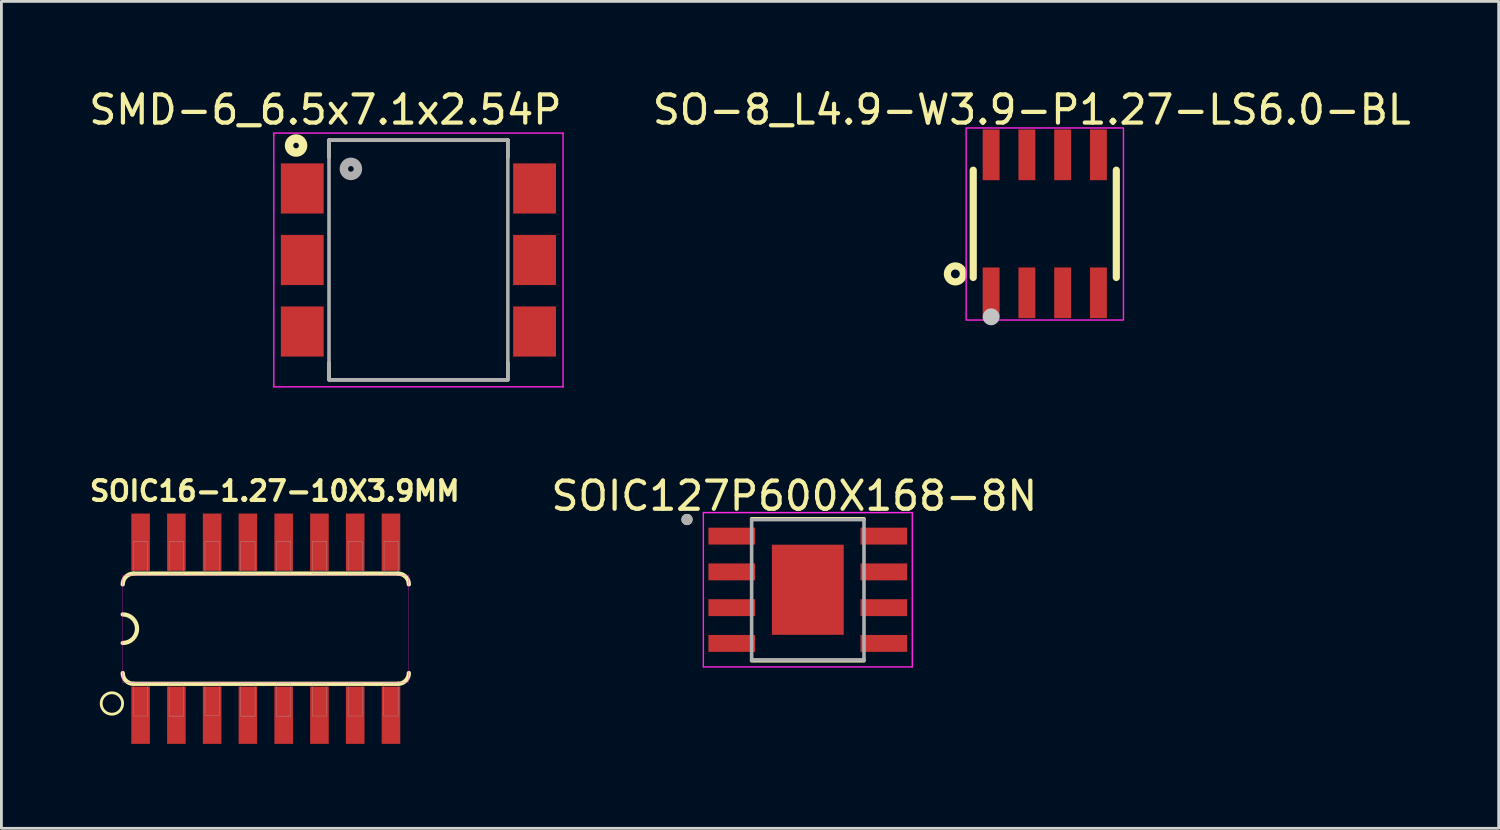
<source format=kicad_pcb>
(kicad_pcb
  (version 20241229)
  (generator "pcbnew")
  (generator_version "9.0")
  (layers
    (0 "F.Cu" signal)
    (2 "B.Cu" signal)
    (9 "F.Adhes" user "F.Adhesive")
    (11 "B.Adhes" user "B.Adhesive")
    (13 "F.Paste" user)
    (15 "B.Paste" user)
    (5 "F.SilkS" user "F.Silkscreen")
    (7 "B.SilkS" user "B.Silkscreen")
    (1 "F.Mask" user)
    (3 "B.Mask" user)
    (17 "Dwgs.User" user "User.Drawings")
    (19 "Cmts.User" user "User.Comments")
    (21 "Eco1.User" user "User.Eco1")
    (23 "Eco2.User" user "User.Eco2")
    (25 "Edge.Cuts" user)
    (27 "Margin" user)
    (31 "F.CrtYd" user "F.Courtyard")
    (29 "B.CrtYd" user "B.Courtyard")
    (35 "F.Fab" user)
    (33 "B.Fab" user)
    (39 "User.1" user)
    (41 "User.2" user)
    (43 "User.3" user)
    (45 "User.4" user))
  (footprint "SO-8_L4.9-W3.9-P1.27-LS6.0-BL"
    (layer "F.Cu")
    (at 34.049 4.898)
    (property "Reference" "SO-8_L4.9-W3.9-P1.27-LS6.0-BL" (at -0.46 -4.05 0) (layer "F.SilkS") (effects (font (size 1 1) (thickness 0.15))))
    (fp_line (start -2.54 -1.905) (end -2.54 1.905) (stroke (width 0.254) (type default)) (layer "F.SilkS"))
    (fp_line (start 2.54 -1.905) (end 2.54 1.905) (stroke (width 0.254) (type default)) (layer "F.SilkS"))
    (fp_circle (center -3.175 1.778) (end -2.891 1.778) (stroke (width 0.254) (type default)) (fill no) (layer "F.SilkS"))
    (fp_circle (center -1.905 3.302) (end -1.755 3.302) (stroke (width 0.3) (type default)) (fill no) (layer "Dwgs.User"))
    (fp_rect (start -2.792 -3.405) (end 2.794 3.417) (stroke (width 0.05) (type default)) (fill no) (layer "F.CrtYd"))
    (fp_poly (pts (xy -2.114 -2.162) (xy -2.114 -3) (xy -1.696 -3) (xy -1.696 -2.162)) (stroke (width 0.1) (type default)) (fill no) (layer "User.1"))
    (fp_poly (pts (xy -2.114 -1.94) (xy -2.114 -2.172) (xy -1.696 -2.172) (xy -1.696 -1.94)) (stroke (width 0.1) (type default)) (fill no) (layer "User.1"))
    (fp_poly (pts (xy -2.114 2.172) (xy -2.114 1.94) (xy -1.696 1.94) (xy -1.696 2.172)) (stroke (width 0.1) (type default)) (fill no) (layer "User.1"))
    (fp_poly (pts (xy -2.114 3) (xy -2.114 2.162) (xy -1.696 2.162) (xy -1.696 3)) (stroke (width 0.1) (type default)) (fill no) (layer "User.1"))
    (fp_poly (pts (xy -0.844 -2.162) (xy -0.844 -3) (xy -0.426 -3) (xy -0.426 -2.162)) (stroke (width 0.1) (type default)) (fill no) (layer "User.1"))
    (fp_poly (pts (xy -0.844 -1.94) (xy -0.844 -2.172) (xy -0.426 -2.172) (xy -0.426 -1.94)) (stroke (width 0.1) (type default)) (fill no) (layer "User.1"))
    (fp_poly (pts (xy -0.844 2.172) (xy -0.844 1.94) (xy -0.426 1.94) (xy -0.426 2.172)) (stroke (width 0.1) (type default)) (fill no) (layer "User.1"))
    (fp_poly (pts (xy -0.844 3) (xy -0.844 2.162) (xy -0.426 2.162) (xy -0.426 3)) (stroke (width 0.1) (type default)) (fill no) (layer "User.1"))
    (fp_poly (pts (xy 0.426 -2.162) (xy 0.426 -3) (xy 0.844 -3) (xy 0.844 -2.162)) (stroke (width 0.1) (type default)) (fill no) (layer "User.1"))
    (fp_poly (pts (xy 0.426 -1.94) (xy 0.426 -2.172) (xy 0.844 -2.172) (xy 0.844 -1.94)) (stroke (width 0.1) (type default)) (fill no) (layer "User.1"))
    (fp_poly (pts (xy 0.426 2.172) (xy 0.426 1.94) (xy 0.844 1.94) (xy 0.844 2.172)) (stroke (width 0.1) (type default)) (fill no) (layer "User.1"))
    (fp_poly (pts (xy 0.426 3) (xy 0.426 2.162) (xy 0.844 2.162) (xy 0.844 3)) (stroke (width 0.1) (type default)) (fill no) (layer "User.1"))
    (fp_poly (pts (xy 1.696 -2.162) (xy 1.696 -3) (xy 2.114 -3) (xy 2.114 -2.162)) (stroke (width 0.1) (type default)) (fill no) (layer "User.1"))
    (fp_poly (pts (xy 1.696 -1.94) (xy 1.696 -2.172) (xy 2.114 -2.172) (xy 2.114 -1.94)) (stroke (width 0.1) (type default)) (fill no) (layer "User.1"))
    (fp_poly (pts (xy 1.696 2.172) (xy 1.696 1.94) (xy 2.114 1.94) (xy 2.114 2.172)) (stroke (width 0.1) (type default)) (fill no) (layer "User.1"))
    (fp_poly (pts (xy 1.696 3) (xy 1.696 2.162) (xy 2.114 2.162) (xy 2.114 3)) (stroke (width 0.1) (type default)) (fill no) (layer "User.1"))
    (fp_line (start -2.45 -1.95) (end 2.45 -1.95) (stroke (width 0.051) (type default)) (layer "User.2"))
    (fp_line (start -2.45 1.95) (end -2.45 -1.95) (stroke (width 0.051) (type default)) (layer "User.2"))
    (fp_line (start 2.45 -1.95) (end 2.45 1.95) (stroke (width 0.051) (type default)) (layer "User.2"))
    (fp_line (start 2.45 1.95) (end -2.45 1.95) (stroke (width 0.051) (type default)) (layer "User.2"))
    (fp_poly (pts (xy -2.395 2.977) (xy -2.427 2.945) (xy -2.473 2.945) (xy -2.505 2.977) (xy -2.505 3.023) (xy -2.473 3.055) (xy -2.427 3.055) (xy -2.395 3.023)) (stroke (width 0.1) (type default)) (fill no) (layer "User.3"))
    (pad "1" smd rect (at -1.905 2.45) (size 0.6 1.8) (layers "F.Cu" "F.Mask" "F.Paste"))
    (pad "2" smd rect (at -0.635 2.45) (size 0.6 1.8) (layers "F.Cu" "F.Mask" "F.Paste"))
    (pad "3" smd rect (at 0.635 2.45) (size 0.6 1.8) (layers "F.Cu" "F.Mask" "F.Paste"))
    (pad "4" smd rect (at 1.905 2.45) (size 0.6 1.8) (layers "F.Cu" "F.Mask" "F.Paste"))
    (pad "5" smd rect (at 1.905 -2.45 180) (size 0.6 1.8) (layers "F.Cu" "F.Mask" "F.Paste"))
    (pad "6" smd rect (at 0.635 -2.45 180) (size 0.6 1.8) (layers "F.Cu" "F.Mask" "F.Paste"))
    (pad "7" smd rect (at -0.635 -2.45 180) (size 0.6 1.8) (layers "F.Cu" "F.Mask" "F.Paste"))
    (pad "8" smd rect (at -1.905 -2.45 180) (size 0.6 1.8) (layers "F.Cu" "F.Mask" "F.Paste")))
  (footprint "SOIC16-1.27-10X3.9MM"
    (layer "F.Cu")
    (at 6.388 19.275)
    (property "Reference" "SOIC16-1.27-10X3.9MM" (at 0.318 -4.89 0) (layer "F.SilkS") (effects (font (size 0.7 0.7) (thickness 0.15))))
    (attr through_hole)
    (fp_line (start -4.699 1.956) (end 4.699 1.956) (stroke (width 0.152) (type solid)) (layer "F.SilkS"))
    (fp_line (start 4.699 -1.956) (end -4.699 -1.956) (stroke (width 0.152) (type solid)) (layer "F.SilkS"))
    (fp_arc (start -5.08 -1.5748) (mid -4.968408 -1.844208) (end -4.699 -1.9558) (stroke (width 0.1524) (type solid)) (layer "F.SilkS"))
    (fp_arc (start -5.08 -0.508) (mid -4.572 0) (end -5.08 0.508) (stroke (width 0.1524) (type solid)) (layer "F.SilkS"))
    (fp_arc (start -4.699 1.9558) (mid -4.968408 1.844208) (end -5.08 1.5748) (stroke (width 0.1524) (type solid)) (layer "F.SilkS"))
    (fp_arc (start 4.699 -1.9558) (mid 4.968408 -1.844208) (end 5.08 -1.5748) (stroke (width 0.1524) (type solid)) (layer "F.SilkS"))
    (fp_arc (start 5.08 1.5748) (mid 4.968408 1.844208) (end 4.699 1.9558) (stroke (width 0.1524) (type solid)) (layer "F.SilkS"))
    (fp_circle (center -5.465 2.655) (end -5.084 2.655) (stroke (width 0.1) (type solid)) (fill no) (layer "F.SilkS"))
    (fp_poly (pts (xy -5.088 -1.905) (xy 5.08 -1.905) (xy 5.08 1.908) (xy -5.088 1.908)) (stroke (width 0.01) (type solid)) (fill no) (layer "F.CrtYd"))
    (fp_poly (pts (xy -4.706 -3.099) (xy -4.191 -3.099) (xy -4.191 -1.959) (xy -4.706 -1.959)) (stroke (width 0.01) (type solid)) (fill no) (layer "F.Fab"))
    (fp_poly (pts (xy -4.7 1.956) (xy -4.191 1.956) (xy -4.191 3.099) (xy -4.7 3.099)) (stroke (width 0.01) (type solid)) (fill no) (layer "F.Fab"))
    (fp_poly (pts (xy -3.434 -3.099) (xy -2.921 -3.099) (xy -2.921 -1.959) (xy -3.434 -1.959)) (stroke (width 0.01) (type solid)) (fill no) (layer "F.Fab"))
    (fp_poly (pts (xy -3.434 1.956) (xy -2.921 1.956) (xy -2.921 3.103) (xy -3.434 3.103)) (stroke (width 0.01) (type solid)) (fill no) (layer "F.Fab"))
    (fp_poly (pts (xy -2.16 1.93) (xy -1.651 1.93) (xy -1.651 3.075) (xy -2.16 3.075)) (stroke (width 0.01) (type solid)) (fill no) (layer "F.Fab"))
    (fp_poly (pts (xy -2.16 -3.099) (xy -1.651 -3.099) (xy -1.651 -1.957) (xy -2.16 -1.957)) (stroke (width 0.01) (type solid)) (fill no) (layer "F.Fab"))
    (fp_poly (pts (xy -0.89 -3.099) (xy -0.381 -3.099) (xy -0.381 -1.959) (xy -0.89 -1.959)) (stroke (width 0.01) (type solid)) (fill no) (layer "F.Fab"))
    (fp_poly (pts (xy -0.89 1.956) (xy -0.381 1.956) (xy -0.381 3.103) (xy -0.89 3.103)) (stroke (width 0.01) (type solid)) (fill no) (layer "F.Fab"))
    (fp_poly (pts (xy 0.381 -3.099) (xy 0.889 -3.099) (xy 0.889 -1.957) (xy 0.381 -1.957)) (stroke (width 0.01) (type solid)) (fill no) (layer "F.Fab"))
    (fp_poly (pts (xy 0.381 1.956) (xy 0.889 1.956) (xy 0.889 3.103) (xy 0.381 3.103)) (stroke (width 0.01) (type solid)) (fill no) (layer "F.Fab"))
    (fp_poly (pts (xy 1.651 1.956) (xy 2.159 1.956) (xy 2.159 3.1) (xy 1.651 3.1)) (stroke (width 0.01) (type solid)) (fill no) (layer "F.Fab"))
    (fp_poly (pts (xy 1.653 -3.099) (xy 2.159 -3.099) (xy 2.159 -1.958) (xy 1.653 -1.958)) (stroke (width 0.01) (type solid)) (fill no) (layer "F.Fab"))
    (fp_poly (pts (xy 2.922 1.956) (xy 3.429 1.956) (xy 3.429 3.099) (xy 2.922 3.099)) (stroke (width 0.01) (type solid)) (fill no) (layer "F.Fab"))
    (fp_poly (pts (xy 2.922 -3.099) (xy 3.429 -3.099) (xy 3.429 -1.957) (xy 2.922 -1.957)) (stroke (width 0.01) (type solid)) (fill no) (layer "F.Fab"))
    (fp_poly (pts (xy 4.192 1.956) (xy 4.699 1.956) (xy 4.699 3.1) (xy 4.192 3.1)) (stroke (width 0.01) (type solid)) (fill no) (layer "F.Fab"))
    (fp_poly (pts (xy 4.199 -3.099) (xy 4.699 -3.099) (xy 4.699 -1.96) (xy 4.199 -1.96)) (stroke (width 0.01) (type solid)) (fill no) (layer "F.Fab"))
    (pad "1" smd rect (at -4.445 3.073) (size 0.66 2.032) (layers "F.Cu" "F.Mask" "F.Paste"))
    (pad "2" smd rect (at -3.175 3.073) (size 0.66 2.032) (layers "F.Cu" "F.Mask" "F.Paste"))
    (pad "3" smd rect (at -1.905 3.073) (size 0.66 2.032) (layers "F.Cu" "F.Mask" "F.Paste"))
    (pad "4" smd rect (at -0.635 3.073) (size 0.66 2.032) (layers "F.Cu" "F.Mask" "F.Paste"))
    (pad "5" smd rect (at 0.635 3.073) (size 0.66 2.032) (layers "F.Cu" "F.Mask" "F.Paste"))
    (pad "6" smd rect (at 1.905 3.073) (size 0.66 2.032) (layers "F.Cu" "F.Mask" "F.Paste"))
    (pad "7" smd rect (at 3.175 3.073) (size 0.66 2.032) (layers "F.Cu" "F.Mask" "F.Paste"))
    (pad "8" smd rect (at 4.445 3.073) (size 0.66 2.032) (layers "F.Cu" "F.Mask" "F.Paste"))
    (pad "9" smd rect (at 4.445 -3.073) (size 0.66 2.032) (layers "F.Cu" "F.Mask" "F.Paste"))
    (pad "10" smd rect (at 3.175 -3.073) (size 0.66 2.032) (layers "F.Cu" "F.Mask" "F.Paste"))
    (pad "11" smd rect (at 1.905 -3.073) (size 0.66 2.032) (layers "F.Cu" "F.Mask" "F.Paste"))
    (pad "12" smd rect (at 0.635 -3.073) (size 0.66 2.032) (layers "F.Cu" "F.Mask" "F.Paste"))
    (pad "13" smd rect (at -0.635 -3.073) (size 0.66 2.032) (layers "F.Cu" "F.Mask" "F.Paste"))
    (pad "14" smd rect (at -1.905 -3.073) (size 0.66 2.032) (layers "F.Cu" "F.Mask" "F.Paste"))
    (pad "15" smd rect (at -3.175 -3.073) (size 0.66 2.032) (layers "F.Cu" "F.Mask" "F.Paste"))
    (pad "16" smd rect (at -4.445 -3.073) (size 0.66 2.032) (layers "F.Cu" "F.Mask" "F.Paste")))
  (footprint "SMD-6_6.5x7.1x2.54P"
    (layer "F.Cu")
    (at 11.808 6.182)
    (property "Reference" "SMD-6_6.5x7.1x2.54P" (at -3.302 -5.334 0) (layer "F.SilkS") (effects (font (size 1 1) (thickness 0.15))))
    (attr smd)
    (fp_line (start -3.175 -4.255) (end -3.175 -3.65) (stroke (width 0.127) (type solid)) (layer "F.SilkS"))
    (fp_line (start -3.175 4.25) (end -3.175 3.65) (stroke (width 0.127) (type solid)) (layer "F.SilkS"))
    (fp_line (start -3.15 4.255) (end 3.15 4.255) (stroke (width 0.127) (type solid)) (layer "F.SilkS"))
    (fp_line (start 3.175 -4.255) (end -3.175 -4.255) (stroke (width 0.127) (type solid)) (layer "F.SilkS"))
    (fp_line (start 3.175 -3.65) (end 3.175 -4.255) (stroke (width 0.127) (type solid)) (layer "F.SilkS"))
    (fp_line (start 3.175 4.25) (end 3.175 3.65) (stroke (width 0.127) (type solid)) (layer "F.SilkS"))
    (fp_circle (center -4.345 -4.064) (end -4.245 -4.064) (stroke (width 0.3) (type solid)) (fill no) (layer "F.SilkS"))
    (fp_line (start -5.135 -4.505) (end 5.135 -4.505) (stroke (width 0.05) (type solid)) (layer "F.CrtYd"))
    (fp_line (start -5.135 4.505) (end -5.135 -4.505) (stroke (width 0.05) (type solid)) (layer "F.CrtYd"))
    (fp_line (start 5.135 -4.505) (end 5.135 4.505) (stroke (width 0.05) (type solid)) (layer "F.CrtYd"))
    (fp_line (start 5.135 4.505) (end -5.135 4.505) (stroke (width 0.05) (type solid)) (layer "F.CrtYd"))
    (fp_line (start -3.175 -4.255) (end 3.175 -4.255) (stroke (width 0.127) (type solid)) (layer "F.Fab"))
    (fp_line (start -3.175 4.255) (end -3.175 -4.255) (stroke (width 0.127) (type solid)) (layer "F.Fab"))
    (fp_line (start 3.175 -4.255) (end 3.175 4.255) (stroke (width 0.127) (type solid)) (layer "F.Fab"))
    (fp_line (start 3.175 4.255) (end -3.175 4.255) (stroke (width 0.127) (type solid)) (layer "F.Fab"))
    (fp_circle (center -2.398 -3.235) (end -2.298 -3.235) (stroke (width 0.3) (type solid)) (fill no) (layer "F.Fab"))
    (pad "1" smd rect (at -4.125 -2.54) (size 1.52 1.78) (layers "F.Cu" "F.Mask" "F.Paste"))
    (pad "2" smd rect (at -4.125 0) (size 1.52 1.78) (layers "F.Cu" "F.Mask" "F.Paste"))
    (pad "3" smd rect (at -4.125 2.54) (size 1.52 1.78) (layers "F.Cu" "F.Mask" "F.Paste"))
    (pad "4" smd rect (at 4.125 2.54) (size 1.52 1.78) (layers "F.Cu" "F.Mask" "F.Paste"))
    (pad "5" smd rect (at 4.125 0) (size 1.52 1.78) (layers "F.Cu" "F.Mask" "F.Paste"))
    (pad "6" smd rect (at 4.125 -2.54) (size 1.52 1.78) (layers "F.Cu" "F.Mask" "F.Paste")))
  (footprint "SOIC127P600X168-8N"
    (layer "F.Cu")
    (at 25.635 17.892)
    (property "Reference" "SOIC127P600X168-8N" (at -0.48 -3.332 0) (layer "F.SilkS") (effects (font (size 1 1) (thickness 0.15))))
    (attr through_hole)
    (fp_line (start -1.995 -2.52) (end 1.995 -2.52) (stroke (width 0.127) (type solid)) (layer "F.SilkS"))
    (fp_line (start -1.995 2.52) (end 1.995 2.52) (stroke (width 0.127) (type solid)) (layer "F.SilkS"))
    (fp_circle (center -4.29 -2.495) (end -4.19 -2.495) (stroke (width 0.2) (type solid)) (fill no) (layer "F.SilkS"))
    (fp_poly (pts (xy -0.96 -0.96) (xy -0.21 -0.96) (xy -0.21 -0.21) (xy -0.96 -0.21)) (stroke (width 0.01) (type solid)) (fill yes) (layer "F.Paste"))
    (fp_poly (pts (xy -0.96 0.21) (xy -0.21 0.21) (xy -0.21 0.96) (xy -0.96 0.96)) (stroke (width 0.01) (type solid)) (fill yes) (layer "F.Paste"))
    (fp_poly (pts (xy 0.21 -0.96) (xy 0.96 -0.96) (xy 0.96 -0.21) (xy 0.21 -0.21)) (stroke (width 0.01) (type solid)) (fill yes) (layer "F.Paste"))
    (fp_poly (pts (xy 0.21 0.21) (xy 0.96 0.21) (xy 0.96 0.96) (xy 0.21 0.96)) (stroke (width 0.01) (type solid)) (fill yes) (layer "F.Paste"))
    (fp_line (start -3.71 -2.74) (end -3.71 2.74) (stroke (width 0.05) (type solid)) (layer "F.CrtYd"))
    (fp_line (start -3.71 -2.74) (end 3.71 -2.74) (stroke (width 0.05) (type solid)) (layer "F.CrtYd"))
    (fp_line (start -3.71 2.74) (end 3.71 2.74) (stroke (width 0.05) (type solid)) (layer "F.CrtYd"))
    (fp_line (start 3.71 -2.74) (end 3.71 2.74) (stroke (width 0.05) (type solid)) (layer "F.CrtYd"))
    (fp_line (start -1.995 -2.49) (end -1.995 2.49) (stroke (width 0.127) (type solid)) (layer "F.Fab"))
    (fp_line (start -1.995 -2.49) (end 1.995 -2.49) (stroke (width 0.127) (type solid)) (layer "F.Fab"))
    (fp_line (start -1.995 2.49) (end 1.995 2.49) (stroke (width 0.127) (type solid)) (layer "F.Fab"))
    (fp_line (start 1.995 -2.49) (end 1.995 2.49) (stroke (width 0.127) (type solid)) (layer "F.Fab"))
    (fp_circle (center -4.29 -2.495) (end -4.19 -2.495) (stroke (width 0.2) (type solid)) (fill no) (layer "F.Fab"))
    (pad "1" smd rect (at -2.7 -1.905) (size 1.66 0.6) (layers "F.Cu" "F.Mask" "F.Paste"))
    (pad "2" smd rect (at -2.7 -0.635) (size 1.66 0.6) (layers "F.Cu" "F.Mask" "F.Paste"))
    (pad "3" smd rect (at -2.7 0.635) (size 1.66 0.6) (layers "F.Cu" "F.Mask" "F.Paste"))
    (pad "4" smd rect (at -2.7 1.905) (size 1.66 0.6) (layers "F.Cu" "F.Mask" "F.Paste"))
    (pad "5" smd rect (at 2.7 1.905) (size 1.66 0.6) (layers "F.Cu" "F.Mask" "F.Paste"))
    (pad "6" smd rect (at 2.7 0.635) (size 1.66 0.6) (layers "F.Cu" "F.Mask" "F.Paste"))
    (pad "7" smd rect (at 2.7 -0.635) (size 1.66 0.6) (layers "F.Cu" "F.Mask" "F.Paste"))
    (pad "8" smd rect (at 2.7 -1.905) (size 1.66 0.6) (layers "F.Cu" "F.Mask" "F.Paste"))
    (pad "9" smd rect (at 0 0) (size 2.55 3.2) (layers "F.Cu" "F.Mask")))
  (gr_rect
    (start -3 -3)
    (end 50.167 26.364)
    (stroke (width 0.1) (type default))
    (fill no)
    (layer "Edge.Cuts")))
</source>
